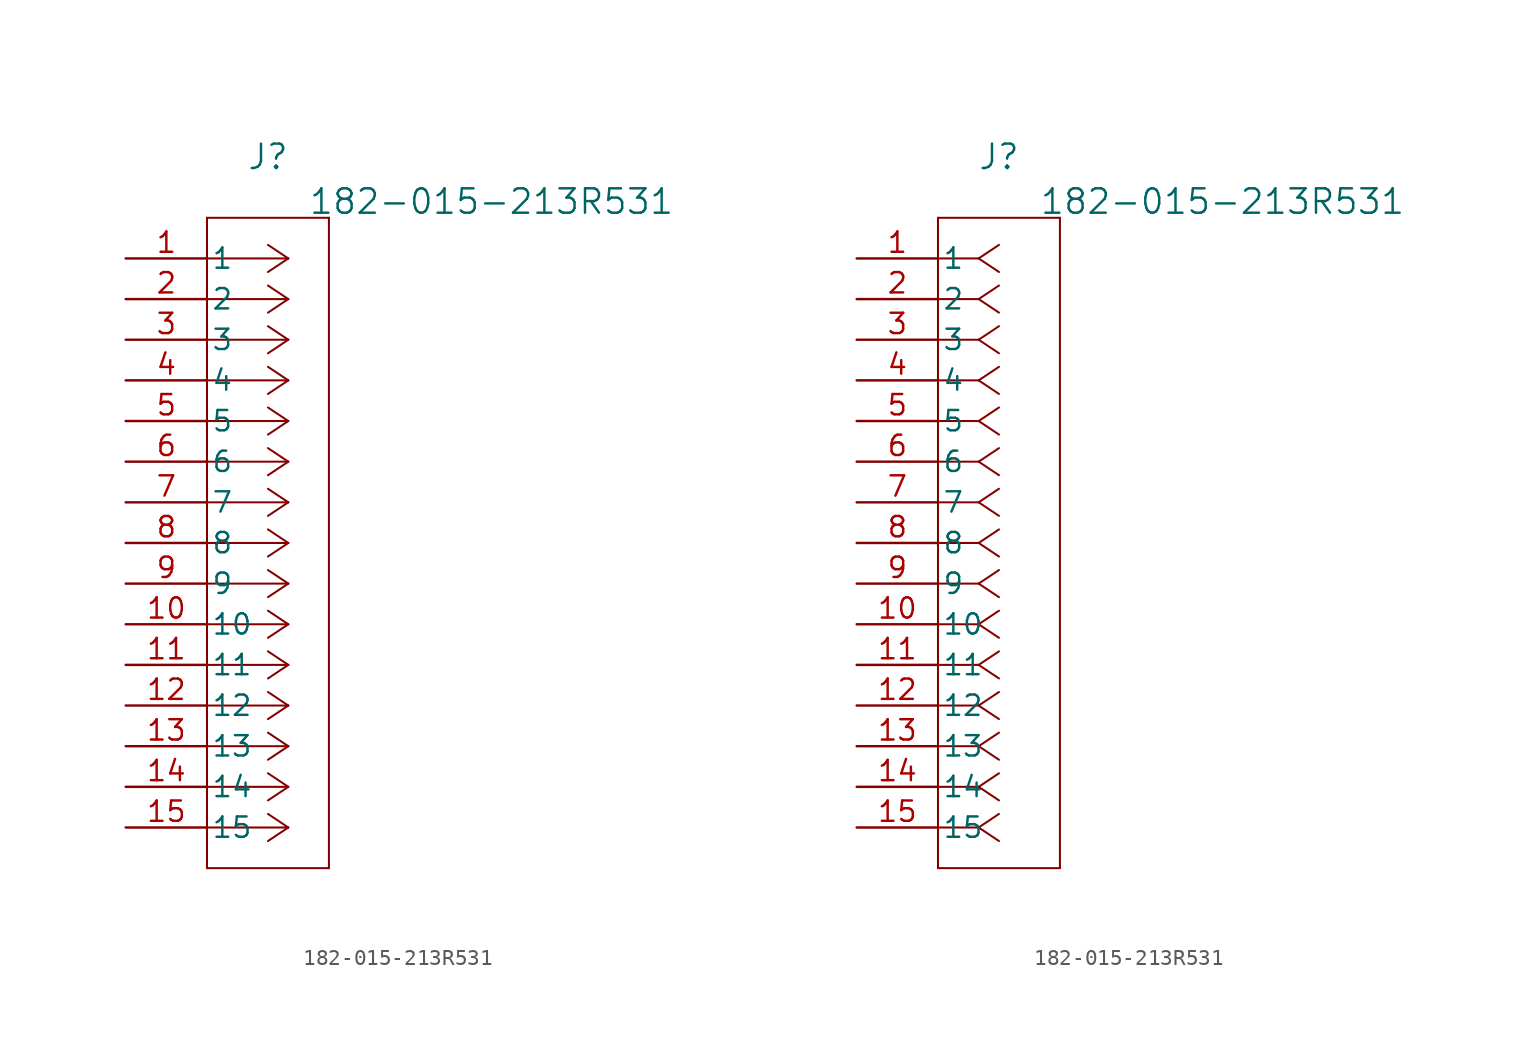
<source format=kicad_sym>
(kicad_symbol_lib
  (version 20241209)
  (generator "kicad_symbol_editor")
  (generator_version "9.0")
  (symbol "182-015-213R531"
    (pin_names
      (offset 0.254))
    (property "Reference" "J"
      (at 8.89 6.35 0)
      (effects (font (size 1.524 1.524))))
    (property "Value" "182-015-213R531"
      (at 22.86 3.556 0)
      (effects (font (size 1.524 1.524))))
    (property "ki_locked" ""
      (at 0 0 0)
      (effects (font (size 1.27 1.27))))
    (symbol "182-015-213R531_1_1"
      (polyline (pts (xy 5.08 2.54) (xy 5.08 -38.1)) (stroke (width 0.127) (type default)) (fill (type none)))
      (polyline (pts (xy 5.08 -38.1) (xy 12.7 -38.1)) (stroke (width 0.127) (type default)) (fill (type none)))
      (polyline (pts (xy 10.16 0) (xy 5.08 0)) (stroke (width 0.127) (type default)) (fill (type none)))
      (polyline (pts (xy 10.16 0) (xy 8.89 0.847)) (stroke (width 0.127) (type default)) (fill (type none)))
      (polyline (pts (xy 10.16 0) (xy 8.89 -0.847)) (stroke (width 0.127) (type default)) (fill (type none)))
      (polyline (pts (xy 10.16 -2.54) (xy 5.08 -2.54)) (stroke (width 0.127) (type default)) (fill (type none)))
      (polyline (pts (xy 10.16 -2.54) (xy 8.89 -1.693)) (stroke (width 0.127) (type default)) (fill (type none)))
      (polyline (pts (xy 10.16 -2.54) (xy 8.89 -3.387)) (stroke (width 0.127) (type default)) (fill (type none)))
      (polyline (pts (xy 10.16 -5.08) (xy 5.08 -5.08)) (stroke (width 0.127) (type default)) (fill (type none)))
      (polyline (pts (xy 10.16 -5.08) (xy 8.89 -4.233)) (stroke (width 0.127) (type default)) (fill (type none)))
      (polyline (pts (xy 10.16 -5.08) (xy 8.89 -5.927)) (stroke (width 0.127) (type default)) (fill (type none)))
      (polyline (pts (xy 10.16 -7.62) (xy 5.08 -7.62)) (stroke (width 0.127) (type default)) (fill (type none)))
      (polyline (pts (xy 10.16 -7.62) (xy 8.89 -6.773)) (stroke (width 0.127) (type default)) (fill (type none)))
      (polyline (pts (xy 10.16 -7.62) (xy 8.89 -8.467)) (stroke (width 0.127) (type default)) (fill (type none)))
      (polyline (pts (xy 10.16 -10.16) (xy 5.08 -10.16)) (stroke (width 0.127) (type default)) (fill (type none)))
      (polyline (pts (xy 10.16 -10.16) (xy 8.89 -9.313)) (stroke (width 0.127) (type default)) (fill (type none)))
      (polyline (pts (xy 10.16 -10.16) (xy 8.89 -11.007)) (stroke (width 0.127) (type default)) (fill (type none)))
      (polyline (pts (xy 10.16 -12.7) (xy 5.08 -12.7)) (stroke (width 0.127) (type default)) (fill (type none)))
      (polyline (pts (xy 10.16 -12.7) (xy 8.89 -11.853)) (stroke (width 0.127) (type default)) (fill (type none)))
      (polyline (pts (xy 10.16 -12.7) (xy 8.89 -13.547)) (stroke (width 0.127) (type default)) (fill (type none)))
      (polyline (pts (xy 10.16 -15.24) (xy 5.08 -15.24)) (stroke (width 0.127) (type default)) (fill (type none)))
      (polyline (pts (xy 10.16 -15.24) (xy 8.89 -14.393)) (stroke (width 0.127) (type default)) (fill (type none)))
      (polyline (pts (xy 10.16 -15.24) (xy 8.89 -16.087)) (stroke (width 0.127) (type default)) (fill (type none)))
      (polyline (pts (xy 10.16 -17.78) (xy 5.08 -17.78)) (stroke (width 0.127) (type default)) (fill (type none)))
      (polyline (pts (xy 10.16 -17.78) (xy 8.89 -16.933)) (stroke (width 0.127) (type default)) (fill (type none)))
      (polyline (pts (xy 10.16 -17.78) (xy 8.89 -18.627)) (stroke (width 0.127) (type default)) (fill (type none)))
      (polyline (pts (xy 10.16 -20.32) (xy 5.08 -20.32)) (stroke (width 0.127) (type default)) (fill (type none)))
      (polyline (pts (xy 10.16 -20.32) (xy 8.89 -19.473)) (stroke (width 0.127) (type default)) (fill (type none)))
      (polyline (pts (xy 10.16 -20.32) (xy 8.89 -21.167)) (stroke (width 0.127) (type default)) (fill (type none)))
      (polyline (pts (xy 10.16 -22.86) (xy 5.08 -22.86)) (stroke (width 0.127) (type default)) (fill (type none)))
      (polyline (pts (xy 10.16 -22.86) (xy 8.89 -22.013)) (stroke (width 0.127) (type default)) (fill (type none)))
      (polyline (pts (xy 10.16 -22.86) (xy 8.89 -23.707)) (stroke (width 0.127) (type default)) (fill (type none)))
      (polyline (pts (xy 10.16 -25.4) (xy 5.08 -25.4)) (stroke (width 0.127) (type default)) (fill (type none)))
      (polyline (pts (xy 10.16 -25.4) (xy 8.89 -24.553)) (stroke (width 0.127) (type default)) (fill (type none)))
      (polyline (pts (xy 10.16 -25.4) (xy 8.89 -26.247)) (stroke (width 0.127) (type default)) (fill (type none)))
      (polyline (pts (xy 10.16 -27.94) (xy 5.08 -27.94)) (stroke (width 0.127) (type default)) (fill (type none)))
      (polyline (pts (xy 10.16 -27.94) (xy 8.89 -27.093)) (stroke (width 0.127) (type default)) (fill (type none)))
      (polyline (pts (xy 10.16 -27.94) (xy 8.89 -28.787)) (stroke (width 0.127) (type default)) (fill (type none)))
      (polyline (pts (xy 10.16 -30.48) (xy 5.08 -30.48)) (stroke (width 0.127) (type default)) (fill (type none)))
      (polyline (pts (xy 10.16 -30.48) (xy 8.89 -29.633)) (stroke (width 0.127) (type default)) (fill (type none)))
      (polyline (pts (xy 10.16 -30.48) (xy 8.89 -31.327)) (stroke (width 0.127) (type default)) (fill (type none)))
      (polyline (pts (xy 10.16 -33.02) (xy 5.08 -33.02)) (stroke (width 0.127) (type default)) (fill (type none)))
      (polyline (pts (xy 10.16 -33.02) (xy 8.89 -32.173)) (stroke (width 0.127) (type default)) (fill (type none)))
      (polyline (pts (xy 10.16 -33.02) (xy 8.89 -33.867)) (stroke (width 0.127) (type default)) (fill (type none)))
      (polyline (pts (xy 10.16 -35.56) (xy 5.08 -35.56)) (stroke (width 0.127) (type default)) (fill (type none)))
      (polyline (pts (xy 10.16 -35.56) (xy 8.89 -34.713)) (stroke (width 0.127) (type default)) (fill (type none)))
      (polyline (pts (xy 10.16 -35.56) (xy 8.89 -36.407)) (stroke (width 0.127) (type default)) (fill (type none)))
      (polyline (pts (xy 12.7 2.54) (xy 5.08 2.54)) (stroke (width 0.127) (type default)) (fill (type none)))
      (polyline (pts (xy 12.7 -38.1) (xy 12.7 2.54)) (stroke (width 0.127) (type default)) (fill (type none)))
      (pin unspecified line (at 0 0 0) (length 5.08) (name "1" (effects (font (size 1.27 1.27)))) (number "1" (effects (font (size 1.27 1.27)))))
      (pin unspecified line (at 0 -2.54 0) (length 5.08) (name "2" (effects (font (size 1.27 1.27)))) (number "2" (effects (font (size 1.27 1.27)))))
      (pin unspecified line (at 0 -5.08 0) (length 5.08) (name "3" (effects (font (size 1.27 1.27)))) (number "3" (effects (font (size 1.27 1.27)))))
      (pin unspecified line (at 0 -7.62 0) (length 5.08) (name "4" (effects (font (size 1.27 1.27)))) (number "4" (effects (font (size 1.27 1.27)))))
      (pin unspecified line (at 0 -10.16 0) (length 5.08) (name "5" (effects (font (size 1.27 1.27)))) (number "5" (effects (font (size 1.27 1.27)))))
      (pin unspecified line (at 0 -12.7 0) (length 5.08) (name "6" (effects (font (size 1.27 1.27)))) (number "6" (effects (font (size 1.27 1.27)))))
      (pin unspecified line (at 0 -15.24 0) (length 5.08) (name "7" (effects (font (size 1.27 1.27)))) (number "7" (effects (font (size 1.27 1.27)))))
      (pin unspecified line (at 0 -17.78 0) (length 5.08) (name "8" (effects (font (size 1.27 1.27)))) (number "8" (effects (font (size 1.27 1.27)))))
      (pin unspecified line (at 0 -20.32 0) (length 5.08) (name "9" (effects (font (size 1.27 1.27)))) (number "9" (effects (font (size 1.27 1.27)))))
      (pin unspecified line (at 0 -22.86 0) (length 5.08) (name "10" (effects (font (size 1.27 1.27)))) (number "10" (effects (font (size 1.27 1.27)))))
      (pin unspecified line (at 0 -25.4 0) (length 5.08) (name "11" (effects (font (size 1.27 1.27)))) (number "11" (effects (font (size 1.27 1.27)))))
      (pin unspecified line (at 0 -27.94 0) (length 5.08) (name "12" (effects (font (size 1.27 1.27)))) (number "12" (effects (font (size 1.27 1.27)))))
      (pin unspecified line (at 0 -30.48 0) (length 5.08) (name "13" (effects (font (size 1.27 1.27)))) (number "13" (effects (font (size 1.27 1.27)))))
      (pin unspecified line (at 0 -33.02 0) (length 5.08) (name "14" (effects (font (size 1.27 1.27)))) (number "14" (effects (font (size 1.27 1.27)))))
      (pin unspecified line (at 0 -35.56 0) (length 5.08) (name "15" (effects (font (size 1.27 1.27)))) (number "15" (effects (font (size 1.27 1.27))))))
    (symbol "182-015-213R531_1_2"
      (polyline (pts (xy 5.08 2.54) (xy 5.08 -38.1)) (stroke (width 0.127) (type default)) (fill (type none)))
      (polyline (pts (xy 5.08 -38.1) (xy 12.7 -38.1)) (stroke (width 0.127) (type default)) (fill (type none)))
      (polyline (pts (xy 7.62 0) (xy 5.08 0)) (stroke (width 0.127) (type default)) (fill (type none)))
      (polyline (pts (xy 7.62 0) (xy 8.89 0.847)) (stroke (width 0.127) (type default)) (fill (type none)))
      (polyline (pts (xy 7.62 0) (xy 8.89 -0.847)) (stroke (width 0.127) (type default)) (fill (type none)))
      (polyline (pts (xy 7.62 -2.54) (xy 5.08 -2.54)) (stroke (width 0.127) (type default)) (fill (type none)))
      (polyline (pts (xy 7.62 -2.54) (xy 8.89 -1.693)) (stroke (width 0.127) (type default)) (fill (type none)))
      (polyline (pts (xy 7.62 -2.54) (xy 8.89 -3.387)) (stroke (width 0.127) (type default)) (fill (type none)))
      (polyline (pts (xy 7.62 -5.08) (xy 5.08 -5.08)) (stroke (width 0.127) (type default)) (fill (type none)))
      (polyline (pts (xy 7.62 -5.08) (xy 8.89 -4.233)) (stroke (width 0.127) (type default)) (fill (type none)))
      (polyline (pts (xy 7.62 -5.08) (xy 8.89 -5.927)) (stroke (width 0.127) (type default)) (fill (type none)))
      (polyline (pts (xy 7.62 -7.62) (xy 5.08 -7.62)) (stroke (width 0.127) (type default)) (fill (type none)))
      (polyline (pts (xy 7.62 -7.62) (xy 8.89 -6.773)) (stroke (width 0.127) (type default)) (fill (type none)))
      (polyline (pts (xy 7.62 -7.62) (xy 8.89 -8.467)) (stroke (width 0.127) (type default)) (fill (type none)))
      (polyline (pts (xy 7.62 -10.16) (xy 5.08 -10.16)) (stroke (width 0.127) (type default)) (fill (type none)))
      (polyline (pts (xy 7.62 -10.16) (xy 8.89 -9.313)) (stroke (width 0.127) (type default)) (fill (type none)))
      (polyline (pts (xy 7.62 -10.16) (xy 8.89 -11.007)) (stroke (width 0.127) (type default)) (fill (type none)))
      (polyline (pts (xy 7.62 -12.7) (xy 5.08 -12.7)) (stroke (width 0.127) (type default)) (fill (type none)))
      (polyline (pts (xy 7.62 -12.7) (xy 8.89 -11.853)) (stroke (width 0.127) (type default)) (fill (type none)))
      (polyline (pts (xy 7.62 -12.7) (xy 8.89 -13.547)) (stroke (width 0.127) (type default)) (fill (type none)))
      (polyline (pts (xy 7.62 -15.24) (xy 5.08 -15.24)) (stroke (width 0.127) (type default)) (fill (type none)))
      (polyline (pts (xy 7.62 -15.24) (xy 8.89 -14.393)) (stroke (width 0.127) (type default)) (fill (type none)))
      (polyline (pts (xy 7.62 -15.24) (xy 8.89 -16.087)) (stroke (width 0.127) (type default)) (fill (type none)))
      (polyline (pts (xy 7.62 -17.78) (xy 5.08 -17.78)) (stroke (width 0.127) (type default)) (fill (type none)))
      (polyline (pts (xy 7.62 -17.78) (xy 8.89 -16.933)) (stroke (width 0.127) (type default)) (fill (type none)))
      (polyline (pts (xy 7.62 -17.78) (xy 8.89 -18.627)) (stroke (width 0.127) (type default)) (fill (type none)))
      (polyline (pts (xy 7.62 -20.32) (xy 5.08 -20.32)) (stroke (width 0.127) (type default)) (fill (type none)))
      (polyline (pts (xy 7.62 -20.32) (xy 8.89 -19.473)) (stroke (width 0.127) (type default)) (fill (type none)))
      (polyline (pts (xy 7.62 -20.32) (xy 8.89 -21.167)) (stroke (width 0.127) (type default)) (fill (type none)))
      (polyline (pts (xy 7.62 -22.86) (xy 5.08 -22.86)) (stroke (width 0.127) (type default)) (fill (type none)))
      (polyline (pts (xy 7.62 -22.86) (xy 8.89 -22.013)) (stroke (width 0.127) (type default)) (fill (type none)))
      (polyline (pts (xy 7.62 -22.86) (xy 8.89 -23.707)) (stroke (width 0.127) (type default)) (fill (type none)))
      (polyline (pts (xy 7.62 -25.4) (xy 5.08 -25.4)) (stroke (width 0.127) (type default)) (fill (type none)))
      (polyline (pts (xy 7.62 -25.4) (xy 8.89 -24.553)) (stroke (width 0.127) (type default)) (fill (type none)))
      (polyline (pts (xy 7.62 -25.4) (xy 8.89 -26.247)) (stroke (width 0.127) (type default)) (fill (type none)))
      (polyline (pts (xy 7.62 -27.94) (xy 5.08 -27.94)) (stroke (width 0.127) (type default)) (fill (type none)))
      (polyline (pts (xy 7.62 -27.94) (xy 8.89 -27.093)) (stroke (width 0.127) (type default)) (fill (type none)))
      (polyline (pts (xy 7.62 -27.94) (xy 8.89 -28.787)) (stroke (width 0.127) (type default)) (fill (type none)))
      (polyline (pts (xy 7.62 -30.48) (xy 5.08 -30.48)) (stroke (width 0.127) (type default)) (fill (type none)))
      (polyline (pts (xy 7.62 -30.48) (xy 8.89 -29.633)) (stroke (width 0.127) (type default)) (fill (type none)))
      (polyline (pts (xy 7.62 -30.48) (xy 8.89 -31.327)) (stroke (width 0.127) (type default)) (fill (type none)))
      (polyline (pts (xy 7.62 -33.02) (xy 5.08 -33.02)) (stroke (width 0.127) (type default)) (fill (type none)))
      (polyline (pts (xy 7.62 -33.02) (xy 8.89 -32.173)) (stroke (width 0.127) (type default)) (fill (type none)))
      (polyline (pts (xy 7.62 -33.02) (xy 8.89 -33.867)) (stroke (width 0.127) (type default)) (fill (type none)))
      (polyline (pts (xy 7.62 -35.56) (xy 5.08 -35.56)) (stroke (width 0.127) (type default)) (fill (type none)))
      (polyline (pts (xy 7.62 -35.56) (xy 8.89 -34.713)) (stroke (width 0.127) (type default)) (fill (type none)))
      (polyline (pts (xy 7.62 -35.56) (xy 8.89 -36.407)) (stroke (width 0.127) (type default)) (fill (type none)))
      (polyline (pts (xy 12.7 2.54) (xy 5.08 2.54)) (stroke (width 0.127) (type default)) (fill (type none)))
      (polyline (pts (xy 12.7 -38.1) (xy 12.7 2.54)) (stroke (width 0.127) (type default)) (fill (type none)))
      (pin unspecified line (at 0 0 0) (length 5.08) (name "1" (effects (font (size 1.27 1.27)))) (number "1" (effects (font (size 1.27 1.27)))))
      (pin unspecified line (at 0 -2.54 0) (length 5.08) (name "2" (effects (font (size 1.27 1.27)))) (number "2" (effects (font (size 1.27 1.27)))))
      (pin unspecified line (at 0 -5.08 0) (length 5.08) (name "3" (effects (font (size 1.27 1.27)))) (number "3" (effects (font (size 1.27 1.27)))))
      (pin unspecified line (at 0 -7.62 0) (length 5.08) (name "4" (effects (font (size 1.27 1.27)))) (number "4" (effects (font (size 1.27 1.27)))))
      (pin unspecified line (at 0 -10.16 0) (length 5.08) (name "5" (effects (font (size 1.27 1.27)))) (number "5" (effects (font (size 1.27 1.27)))))
      (pin unspecified line (at 0 -12.7 0) (length 5.08) (name "6" (effects (font (size 1.27 1.27)))) (number "6" (effects (font (size 1.27 1.27)))))
      (pin unspecified line (at 0 -15.24 0) (length 5.08) (name "7" (effects (font (size 1.27 1.27)))) (number "7" (effects (font (size 1.27 1.27)))))
      (pin unspecified line (at 0 -17.78 0) (length 5.08) (name "8" (effects (font (size 1.27 1.27)))) (number "8" (effects (font (size 1.27 1.27)))))
      (pin unspecified line (at 0 -20.32 0) (length 5.08) (name "9" (effects (font (size 1.27 1.27)))) (number "9" (effects (font (size 1.27 1.27)))))
      (pin unspecified line (at 0 -22.86 0) (length 5.08) (name "10" (effects (font (size 1.27 1.27)))) (number "10" (effects (font (size 1.27 1.27)))))
      (pin unspecified line (at 0 -25.4 0) (length 5.08) (name "11" (effects (font (size 1.27 1.27)))) (number "11" (effects (font (size 1.27 1.27)))))
      (pin unspecified line (at 0 -27.94 0) (length 5.08) (name "12" (effects (font (size 1.27 1.27)))) (number "12" (effects (font (size 1.27 1.27)))))
      (pin unspecified line (at 0 -30.48 0) (length 5.08) (name "13" (effects (font (size 1.27 1.27)))) (number "13" (effects (font (size 1.27 1.27)))))
      (pin unspecified line (at 0 -33.02 0) (length 5.08) (name "14" (effects (font (size 1.27 1.27)))) (number "14" (effects (font (size 1.27 1.27)))))
      (pin unspecified line (at 0 -35.56 0) (length 5.08) (name "15" (effects (font (size 1.27 1.27)))) (number "15" (effects (font (size 1.27 1.27))))))))
</source>
